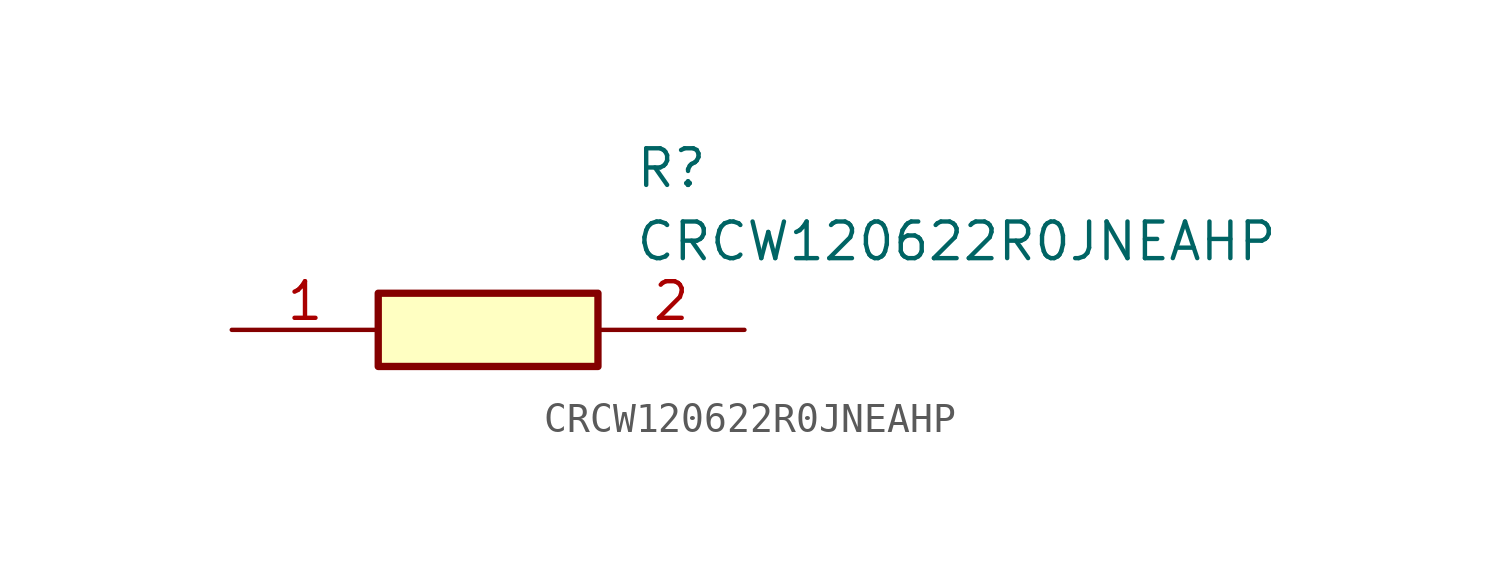
<source format=kicad_sym>
(kicad_symbol_lib
  (version 20211014)
  (generator SamacSys_ECAD_Model)
  (symbol "CRCW120622R0JNEAHP"
    (pin_names hide)
    (property "Reference" "R"
      (at 13.97 6.35 0)
      (effects (font (size 1.27 1.27)) (justify left top)))
    (property "Value" "CRCW120622R0JNEAHP"
      (at 13.97 3.81 0)
      (effects (font (size 1.27 1.27)) (justify left top)))
    (rectangle
      (start 5.08 1.27)
      (end 12.7 -1.27)
      (stroke (width 0.254) (type default))
      (fill (type background)))
    (pin passive line
      (at 0 0 0)
      (length 5.08)
      (name "1" (effects (font (size 1.27 1.27))))
      (number "1" (effects (font (size 1.27 1.27)))))
    (pin passive line
      (at 17.78 0 180)
      (length 5.08)
      (name "2" (effects (font (size 1.27 1.27))))
      (number "2" (effects (font (size 1.27 1.27)))))))
</source>
